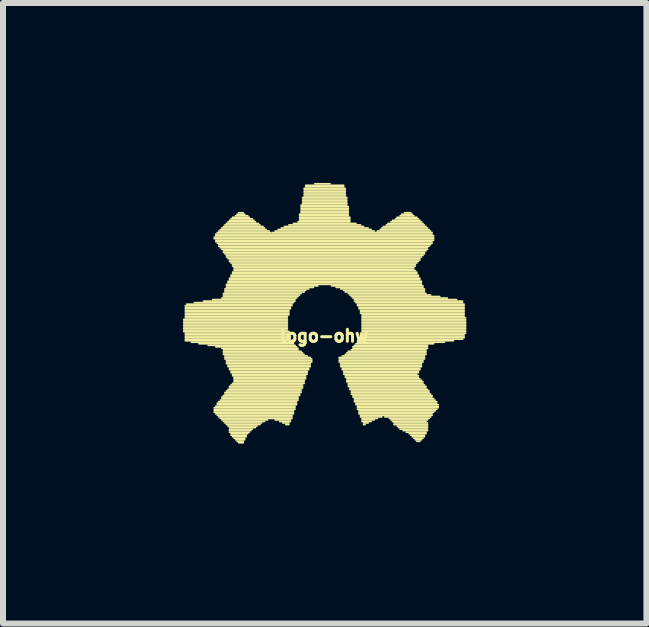
<source format=kicad_pcb>
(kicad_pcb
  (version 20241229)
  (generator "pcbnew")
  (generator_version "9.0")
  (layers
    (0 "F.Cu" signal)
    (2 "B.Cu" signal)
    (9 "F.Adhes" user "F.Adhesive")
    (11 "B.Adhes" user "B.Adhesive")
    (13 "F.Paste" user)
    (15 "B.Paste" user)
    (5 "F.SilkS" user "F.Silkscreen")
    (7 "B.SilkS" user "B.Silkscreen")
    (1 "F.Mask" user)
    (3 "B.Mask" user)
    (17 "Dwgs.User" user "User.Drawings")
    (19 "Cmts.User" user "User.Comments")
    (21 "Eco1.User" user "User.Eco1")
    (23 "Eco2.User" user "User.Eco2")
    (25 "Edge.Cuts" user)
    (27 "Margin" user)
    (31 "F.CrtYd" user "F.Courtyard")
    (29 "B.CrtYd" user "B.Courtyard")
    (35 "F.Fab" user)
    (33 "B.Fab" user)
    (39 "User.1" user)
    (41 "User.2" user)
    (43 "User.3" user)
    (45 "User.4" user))
  (footprint "logo-ohw"
    (layer "F.Cu")
    (at 2.351 2.28)
    (property "Reference" "logo-ohw" (at 0 0.27 0) (layer "F.SilkS") (effects (font (size 0.2 0.2) (thickness 0.05))))
    (attr through_hole)
    (fp_line (start -2.337 -0.005) (end -0.61 -0.005) (stroke (width 0.028) (type solid)) (layer "F.SilkS"))
    (fp_line (start -2.337 0.02) (end -0.61 0.02) (stroke (width 0.028) (type solid)) (layer "F.SilkS"))
    (fp_line (start -2.337 0.046) (end -0.61 0.046) (stroke (width 0.028) (type solid)) (layer "F.SilkS"))
    (fp_line (start -2.337 0.071) (end -0.61 0.071) (stroke (width 0.028) (type solid)) (layer "F.SilkS"))
    (fp_line (start -2.337 0.097) (end -0.61 0.097) (stroke (width 0.028) (type solid)) (layer "F.SilkS"))
    (fp_line (start -2.337 0.122) (end -0.61 0.122) (stroke (width 0.028) (type solid)) (layer "F.SilkS"))
    (fp_line (start -2.337 0.147) (end -0.61 0.147) (stroke (width 0.028) (type solid)) (layer "F.SilkS"))
    (fp_line (start -2.337 0.173) (end -0.61 0.173) (stroke (width 0.028) (type solid)) (layer "F.SilkS"))
    (fp_line (start -2.337 0.198) (end -0.584 0.198) (stroke (width 0.028) (type solid)) (layer "F.SilkS"))
    (fp_line (start -2.311 -0.234) (end -0.533 -0.234) (stroke (width 0.028) (type solid)) (layer "F.SilkS"))
    (fp_line (start -2.311 -0.208) (end -0.559 -0.208) (stroke (width 0.028) (type solid)) (layer "F.SilkS"))
    (fp_line (start -2.311 -0.183) (end -0.559 -0.183) (stroke (width 0.028) (type solid)) (layer "F.SilkS"))
    (fp_line (start -2.311 -0.157) (end -0.584 -0.157) (stroke (width 0.028) (type solid)) (layer "F.SilkS"))
    (fp_line (start -2.311 -0.132) (end -0.584 -0.132) (stroke (width 0.028) (type solid)) (layer "F.SilkS"))
    (fp_line (start -2.311 -0.107) (end -0.584 -0.107) (stroke (width 0.028) (type solid)) (layer "F.SilkS"))
    (fp_line (start -2.311 -0.081) (end -0.584 -0.081) (stroke (width 0.028) (type solid)) (layer "F.SilkS"))
    (fp_line (start -2.311 -0.056) (end -0.61 -0.056) (stroke (width 0.028) (type solid)) (layer "F.SilkS"))
    (fp_line (start -2.311 -0.03) (end -0.61 -0.03) (stroke (width 0.028) (type solid)) (layer "F.SilkS"))
    (fp_line (start -2.311 0.224) (end -0.584 0.224) (stroke (width 0.028) (type solid)) (layer "F.SilkS"))
    (fp_line (start -2.311 0.249) (end -0.584 0.249) (stroke (width 0.028) (type solid)) (layer "F.SilkS"))
    (fp_line (start -2.311 0.274) (end -0.559 0.274) (stroke (width 0.028) (type solid)) (layer "F.SilkS"))
    (fp_line (start -2.311 0.3) (end -0.559 0.3) (stroke (width 0.028) (type solid)) (layer "F.SilkS"))
    (fp_line (start -2.311 0.325) (end -0.559 0.325) (stroke (width 0.028) (type solid)) (layer "F.SilkS"))
    (fp_line (start -2.311 0.351) (end -0.533 0.351) (stroke (width 0.028) (type solid)) (layer "F.SilkS"))
    (fp_line (start -2.286 -0.259) (end -0.533 -0.259) (stroke (width 0.028) (type solid)) (layer "F.SilkS"))
    (fp_line (start -2.21 0.376) (end -0.508 0.376) (stroke (width 0.028) (type solid)) (layer "F.SilkS"))
    (fp_line (start -2.159 -0.284) (end -0.508 -0.284) (stroke (width 0.028) (type solid)) (layer "F.SilkS"))
    (fp_line (start -2.083 0.401) (end -0.508 0.401) (stroke (width 0.028) (type solid)) (layer "F.SilkS"))
    (fp_line (start -2.007 -0.31) (end -0.483 -0.31) (stroke (width 0.028) (type solid)) (layer "F.SilkS"))
    (fp_line (start -1.93 0.427) (end -0.483 0.427) (stroke (width 0.028) (type solid)) (layer "F.SilkS"))
    (fp_line (start -1.854 -0.335) (end -0.483 -0.335) (stroke (width 0.028) (type solid)) (layer "F.SilkS"))
    (fp_line (start -1.829 -1.377) (end 1.829 -1.377) (stroke (width 0.028) (type solid)) (layer "F.SilkS"))
    (fp_line (start -1.829 -1.351) (end 1.829 -1.351) (stroke (width 0.028) (type solid)) (layer "F.SilkS"))
    (fp_line (start -1.829 1.468) (end -0.483 1.468) (stroke (width 0.028) (type solid)) (layer "F.SilkS"))
    (fp_line (start -1.829 1.494) (end -0.483 1.494) (stroke (width 0.028) (type solid)) (layer "F.SilkS"))
    (fp_line (start -1.829 1.519) (end -0.508 1.519) (stroke (width 0.028) (type solid)) (layer "F.SilkS"))
    (fp_line (start -1.829 1.544) (end -0.508 1.544) (stroke (width 0.028) (type solid)) (layer "F.SilkS"))
    (fp_line (start -1.803 -1.427) (end 1.803 -1.427) (stroke (width 0.028) (type solid)) (layer "F.SilkS"))
    (fp_line (start -1.803 -1.402) (end 1.829 -1.402) (stroke (width 0.028) (type solid)) (layer "F.SilkS"))
    (fp_line (start -1.803 -1.326) (end 1.829 -1.326) (stroke (width 0.028) (type solid)) (layer "F.SilkS"))
    (fp_line (start -1.803 -1.3) (end 1.803 -1.3) (stroke (width 0.028) (type solid)) (layer "F.SilkS"))
    (fp_line (start -1.803 0.452) (end -0.457 0.452) (stroke (width 0.028) (type solid)) (layer "F.SilkS"))
    (fp_line (start -1.803 1.443) (end -0.483 1.443) (stroke (width 0.028) (type solid)) (layer "F.SilkS"))
    (fp_line (start -1.803 1.57) (end -0.508 1.57) (stroke (width 0.028) (type solid)) (layer "F.SilkS"))
    (fp_line (start -1.778 -1.453) (end -0.889 -1.453) (stroke (width 0.028) (type solid)) (layer "F.SilkS"))
    (fp_line (start -1.778 -1.275) (end 1.803 -1.275) (stroke (width 0.028) (type solid)) (layer "F.SilkS"))
    (fp_line (start -1.778 1.392) (end -0.457 1.392) (stroke (width 0.028) (type solid)) (layer "F.SilkS"))
    (fp_line (start -1.778 1.417) (end -0.457 1.417) (stroke (width 0.028) (type solid)) (layer "F.SilkS"))
    (fp_line (start -1.778 1.595) (end -0.533 1.595) (stroke (width 0.028) (type solid)) (layer "F.SilkS"))
    (fp_line (start -1.753 -1.478) (end -0.914 -1.478) (stroke (width 0.028) (type solid)) (layer "F.SilkS"))
    (fp_line (start -1.753 -1.25) (end 1.778 -1.25) (stroke (width 0.028) (type solid)) (layer "F.SilkS"))
    (fp_line (start -1.753 -1.224) (end 1.753 -1.224) (stroke (width 0.028) (type solid)) (layer "F.SilkS"))
    (fp_line (start -1.753 1.367) (end -0.457 1.367) (stroke (width 0.028) (type solid)) (layer "F.SilkS"))
    (fp_line (start -1.753 1.621) (end -0.533 1.621) (stroke (width 0.028) (type solid)) (layer "F.SilkS"))
    (fp_line (start -1.727 -1.504) (end -0.965 -1.504) (stroke (width 0.028) (type solid)) (layer "F.SilkS"))
    (fp_line (start -1.727 -1.199) (end 1.727 -1.199) (stroke (width 0.028) (type solid)) (layer "F.SilkS"))
    (fp_line (start -1.727 1.341) (end -0.432 1.341) (stroke (width 0.028) (type solid)) (layer "F.SilkS"))
    (fp_line (start -1.727 1.646) (end -0.533 1.646) (stroke (width 0.028) (type solid)) (layer "F.SilkS"))
    (fp_line (start -1.702 -1.529) (end -0.991 -1.529) (stroke (width 0.028) (type solid)) (layer "F.SilkS"))
    (fp_line (start -1.702 -1.173) (end 1.727 -1.173) (stroke (width 0.028) (type solid)) (layer "F.SilkS"))
    (fp_line (start -1.702 -0.361) (end -0.457 -0.361) (stroke (width 0.028) (type solid)) (layer "F.SilkS"))
    (fp_line (start -1.702 0.478) (end -0.432 0.478) (stroke (width 0.028) (type solid)) (layer "F.SilkS"))
    (fp_line (start -1.702 1.29) (end -0.432 1.29) (stroke (width 0.028) (type solid)) (layer "F.SilkS"))
    (fp_line (start -1.702 1.316) (end -0.432 1.316) (stroke (width 0.028) (type solid)) (layer "F.SilkS"))
    (fp_line (start -1.702 1.671) (end -0.94 1.671) (stroke (width 0.028) (type solid)) (layer "F.SilkS"))
    (fp_line (start -1.676 -1.554) (end -1.016 -1.554) (stroke (width 0.028) (type solid)) (layer "F.SilkS"))
    (fp_line (start -1.676 -1.148) (end 1.702 -1.148) (stroke (width 0.028) (type solid)) (layer "F.SilkS"))
    (fp_line (start -1.676 -1.123) (end 1.676 -1.123) (stroke (width 0.028) (type solid)) (layer "F.SilkS"))
    (fp_line (start -1.676 -0.437) (end -0.381 -0.437) (stroke (width 0.028) (type solid)) (layer "F.SilkS"))
    (fp_line (start -1.676 -0.411) (end -0.406 -0.411) (stroke (width 0.028) (type solid)) (layer "F.SilkS"))
    (fp_line (start -1.676 -0.386) (end -0.432 -0.386) (stroke (width 0.028) (type solid)) (layer "F.SilkS"))
    (fp_line (start -1.676 0.503) (end -0.432 0.503) (stroke (width 0.028) (type solid)) (layer "F.SilkS"))
    (fp_line (start -1.676 0.528) (end -0.381 0.528) (stroke (width 0.028) (type solid)) (layer "F.SilkS"))
    (fp_line (start -1.676 0.554) (end -0.356 0.554) (stroke (width 0.028) (type solid)) (layer "F.SilkS"))
    (fp_line (start -1.676 0.579) (end -0.33 0.579) (stroke (width 0.028) (type solid)) (layer "F.SilkS"))
    (fp_line (start -1.676 1.265) (end -0.406 1.265) (stroke (width 0.028) (type solid)) (layer "F.SilkS"))
    (fp_line (start -1.676 1.697) (end -0.991 1.697) (stroke (width 0.028) (type solid)) (layer "F.SilkS"))
    (fp_line (start -1.651 -1.58) (end -1.067 -1.58) (stroke (width 0.028) (type solid)) (layer "F.SilkS"))
    (fp_line (start -1.651 -1.097) (end 1.676 -1.097) (stroke (width 0.028) (type solid)) (layer "F.SilkS"))
    (fp_line (start -1.651 -0.513) (end -0.254 -0.513) (stroke (width 0.028) (type solid)) (layer "F.SilkS"))
    (fp_line (start -1.651 -0.488) (end -0.305 -0.488) (stroke (width 0.028) (type solid)) (layer "F.SilkS"))
    (fp_line (start -1.651 -0.462) (end -0.33 -0.462) (stroke (width 0.028) (type solid)) (layer "F.SilkS"))
    (fp_line (start -1.651 0.605) (end -0.279 0.605) (stroke (width 0.028) (type solid)) (layer "F.SilkS"))
    (fp_line (start -1.651 0.63) (end -0.229 0.63) (stroke (width 0.028) (type solid)) (layer "F.SilkS"))
    (fp_line (start -1.651 0.655) (end -0.203 0.655) (stroke (width 0.028) (type solid)) (layer "F.SilkS"))
    (fp_line (start -1.651 1.214) (end -0.381 1.214) (stroke (width 0.028) (type solid)) (layer "F.SilkS"))
    (fp_line (start -1.651 1.24) (end -0.406 1.24) (stroke (width 0.028) (type solid)) (layer "F.SilkS"))
    (fp_line (start -1.651 1.722) (end -1.041 1.722) (stroke (width 0.028) (type solid)) (layer "F.SilkS"))
    (fp_line (start -1.626 -1.605) (end -1.092 -1.605) (stroke (width 0.028) (type solid)) (layer "F.SilkS"))
    (fp_line (start -1.626 -1.072) (end 1.651 -1.072) (stroke (width 0.028) (type solid)) (layer "F.SilkS"))
    (fp_line (start -1.626 -1.046) (end 1.626 -1.046) (stroke (width 0.028) (type solid)) (layer "F.SilkS"))
    (fp_line (start -1.626 -0.589) (end 1.626 -0.589) (stroke (width 0.028) (type solid)) (layer "F.SilkS"))
    (fp_line (start -1.626 -0.564) (end -0.102 -0.564) (stroke (width 0.028) (type solid)) (layer "F.SilkS"))
    (fp_line (start -1.626 -0.538) (end -0.178 -0.538) (stroke (width 0.028) (type solid)) (layer "F.SilkS"))
    (fp_line (start -1.626 0.681) (end -0.203 0.681) (stroke (width 0.028) (type solid)) (layer "F.SilkS"))
    (fp_line (start -1.626 0.706) (end -0.203 0.706) (stroke (width 0.028) (type solid)) (layer "F.SilkS"))
    (fp_line (start -1.626 0.732) (end -0.229 0.732) (stroke (width 0.028) (type solid)) (layer "F.SilkS"))
    (fp_line (start -1.626 1.189) (end -0.381 1.189) (stroke (width 0.028) (type solid)) (layer "F.SilkS"))
    (fp_line (start -1.626 1.748) (end -1.067 1.748) (stroke (width 0.028) (type solid)) (layer "F.SilkS"))
    (fp_line (start -1.6 -1.631) (end -1.143 -1.631) (stroke (width 0.028) (type solid)) (layer "F.SilkS"))
    (fp_line (start -1.6 -1.021) (end 1.6 -1.021) (stroke (width 0.028) (type solid)) (layer "F.SilkS"))
    (fp_line (start -1.6 -0.64) (end 1.626 -0.64) (stroke (width 0.028) (type solid)) (layer "F.SilkS"))
    (fp_line (start -1.6 -0.615) (end 1.626 -0.615) (stroke (width 0.028) (type solid)) (layer "F.SilkS"))
    (fp_line (start -1.6 0.757) (end -0.229 0.757) (stroke (width 0.028) (type solid)) (layer "F.SilkS"))
    (fp_line (start -1.6 0.782) (end -0.229 0.782) (stroke (width 0.028) (type solid)) (layer "F.SilkS"))
    (fp_line (start -1.6 1.163) (end -0.381 1.163) (stroke (width 0.028) (type solid)) (layer "F.SilkS"))
    (fp_line (start -1.6 1.773) (end -1.118 1.773) (stroke (width 0.028) (type solid)) (layer "F.SilkS"))
    (fp_line (start -1.575 -1.656) (end -1.168 -1.656) (stroke (width 0.028) (type solid)) (layer "F.SilkS"))
    (fp_line (start -1.575 -0.996) (end 1.6 -0.996) (stroke (width 0.028) (type solid)) (layer "F.SilkS"))
    (fp_line (start -1.575 -0.97) (end 1.575 -0.97) (stroke (width 0.028) (type solid)) (layer "F.SilkS"))
    (fp_line (start -1.575 -0.691) (end 1.6 -0.691) (stroke (width 0.028) (type solid)) (layer "F.SilkS"))
    (fp_line (start -1.575 -0.665) (end 1.6 -0.665) (stroke (width 0.028) (type solid)) (layer "F.SilkS"))
    (fp_line (start -1.575 0.808) (end -0.254 0.808) (stroke (width 0.028) (type solid)) (layer "F.SilkS"))
    (fp_line (start -1.575 0.833) (end -0.254 0.833) (stroke (width 0.028) (type solid)) (layer "F.SilkS"))
    (fp_line (start -1.575 1.113) (end -0.356 1.113) (stroke (width 0.028) (type solid)) (layer "F.SilkS"))
    (fp_line (start -1.575 1.138) (end -0.356 1.138) (stroke (width 0.028) (type solid)) (layer "F.SilkS"))
    (fp_line (start -1.575 1.798) (end -1.143 1.798) (stroke (width 0.028) (type solid)) (layer "F.SilkS"))
    (fp_line (start -1.575 1.824) (end -1.194 1.824) (stroke (width 0.028) (type solid)) (layer "F.SilkS"))
    (fp_line (start -1.575 1.849) (end -1.219 1.849) (stroke (width 0.028) (type solid)) (layer "F.SilkS"))
    (fp_line (start -1.575 1.875) (end -1.245 1.875) (stroke (width 0.028) (type solid)) (layer "F.SilkS"))
    (fp_line (start -1.549 -1.681) (end -1.194 -1.681) (stroke (width 0.028) (type solid)) (layer "F.SilkS"))
    (fp_line (start -1.549 -0.945) (end 1.549 -0.945) (stroke (width 0.028) (type solid)) (layer "F.SilkS"))
    (fp_line (start -1.549 -0.742) (end 1.575 -0.742) (stroke (width 0.028) (type solid)) (layer "F.SilkS"))
    (fp_line (start -1.549 -0.716) (end 1.575 -0.716) (stroke (width 0.028) (type solid)) (layer "F.SilkS"))
    (fp_line (start -1.549 0.859) (end -0.279 0.859) (stroke (width 0.028) (type solid)) (layer "F.SilkS"))
    (fp_line (start -1.549 0.884) (end -0.279 0.884) (stroke (width 0.028) (type solid)) (layer "F.SilkS"))
    (fp_line (start -1.549 1.087) (end -0.356 1.087) (stroke (width 0.028) (type solid)) (layer "F.SilkS"))
    (fp_line (start -1.549 1.9) (end -1.27 1.9) (stroke (width 0.028) (type solid)) (layer "F.SilkS"))
    (fp_line (start -1.549 1.925) (end -1.295 1.925) (stroke (width 0.028) (type solid)) (layer "F.SilkS"))
    (fp_line (start -1.524 -1.707) (end -1.245 -1.707) (stroke (width 0.028) (type solid)) (layer "F.SilkS"))
    (fp_line (start -1.524 -0.919) (end 1.524 -0.919) (stroke (width 0.028) (type solid)) (layer "F.SilkS"))
    (fp_line (start -1.524 -0.894) (end 1.524 -0.894) (stroke (width 0.028) (type solid)) (layer "F.SilkS"))
    (fp_line (start -1.524 -0.792) (end 1.549 -0.792) (stroke (width 0.028) (type solid)) (layer "F.SilkS"))
    (fp_line (start -1.524 -0.767) (end 1.549 -0.767) (stroke (width 0.028) (type solid)) (layer "F.SilkS"))
    (fp_line (start -1.524 0.909) (end -0.279 0.909) (stroke (width 0.028) (type solid)) (layer "F.SilkS"))
    (fp_line (start -1.524 0.935) (end -0.305 0.935) (stroke (width 0.028) (type solid)) (layer "F.SilkS"))
    (fp_line (start -1.524 1.062) (end -0.33 1.062) (stroke (width 0.028) (type solid)) (layer "F.SilkS"))
    (fp_line (start -1.524 1.951) (end -1.295 1.951) (stroke (width 0.028) (type solid)) (layer "F.SilkS"))
    (fp_line (start -1.499 -0.869) (end 1.499 -0.869) (stroke (width 0.028) (type solid)) (layer "F.SilkS"))
    (fp_line (start -1.499 -0.843) (end 1.499 -0.843) (stroke (width 0.028) (type solid)) (layer "F.SilkS"))
    (fp_line (start -1.499 -0.818) (end 1.524 -0.818) (stroke (width 0.028) (type solid)) (layer "F.SilkS"))
    (fp_line (start -1.499 0.96) (end -0.305 0.96) (stroke (width 0.028) (type solid)) (layer "F.SilkS"))
    (fp_line (start -1.499 0.986) (end -0.305 0.986) (stroke (width 0.028) (type solid)) (layer "F.SilkS"))
    (fp_line (start -1.499 1.011) (end -0.33 1.011) (stroke (width 0.028) (type solid)) (layer "F.SilkS"))
    (fp_line (start -1.499 1.036) (end -0.33 1.036) (stroke (width 0.028) (type solid)) (layer "F.SilkS"))
    (fp_line (start -1.499 1.976) (end -1.321 1.976) (stroke (width 0.028) (type solid)) (layer "F.SilkS"))
    (fp_line (start -1.473 -1.732) (end -1.27 -1.732) (stroke (width 0.028) (type solid)) (layer "F.SilkS"))
    (fp_line (start -1.473 2.002) (end -1.321 2.002) (stroke (width 0.028) (type solid)) (layer "F.SilkS"))
    (fp_line (start -1.448 -1.758) (end -1.321 -1.758) (stroke (width 0.028) (type solid)) (layer "F.SilkS"))
    (fp_line (start -1.448 2.027) (end -1.346 2.027) (stroke (width 0.028) (type solid)) (layer "F.SilkS"))
    (fp_line (start -1.422 -1.783) (end -1.346 -1.783) (stroke (width 0.028) (type solid)) (layer "F.SilkS"))
    (fp_line (start -1.422 2.052) (end -1.346 2.052) (stroke (width 0.028) (type solid)) (layer "F.SilkS"))
    (fp_line (start -0.864 -1.453) (end 1.803 -1.453) (stroke (width 0.028) (type solid)) (layer "F.SilkS"))
    (fp_line (start -0.813 -1.478) (end 0.838 -1.478) (stroke (width 0.028) (type solid)) (layer "F.SilkS"))
    (fp_line (start -0.813 1.671) (end -0.559 1.671) (stroke (width 0.028) (type solid)) (layer "F.SilkS"))
    (fp_line (start -0.762 -1.504) (end 0.787 -1.504) (stroke (width 0.028) (type solid)) (layer "F.SilkS"))
    (fp_line (start -0.737 1.697) (end -0.559 1.697) (stroke (width 0.028) (type solid)) (layer "F.SilkS"))
    (fp_line (start -0.711 -1.529) (end 0.737 -1.529) (stroke (width 0.028) (type solid)) (layer "F.SilkS"))
    (fp_line (start -0.686 1.722) (end -0.584 1.722) (stroke (width 0.028) (type solid)) (layer "F.SilkS"))
    (fp_line (start -0.66 -1.554) (end 0.66 -1.554) (stroke (width 0.028) (type solid)) (layer "F.SilkS"))
    (fp_line (start -0.635 1.748) (end -0.584 1.748) (stroke (width 0.028) (type solid)) (layer "F.SilkS"))
    (fp_line (start -0.584 -1.58) (end 0.61 -1.58) (stroke (width 0.028) (type solid)) (layer "F.SilkS"))
    (fp_line (start -0.508 -1.605) (end 0.533 -1.605) (stroke (width 0.028) (type solid)) (layer "F.SilkS"))
    (fp_line (start -0.432 -1.631) (end 0.432 -1.631) (stroke (width 0.028) (type solid)) (layer "F.SilkS"))
    (fp_line (start -0.406 -1.758) (end 0.406 -1.758) (stroke (width 0.028) (type solid)) (layer "F.SilkS"))
    (fp_line (start -0.406 -1.732) (end 0.406 -1.732) (stroke (width 0.028) (type solid)) (layer "F.SilkS"))
    (fp_line (start -0.406 -1.707) (end 0.432 -1.707) (stroke (width 0.028) (type solid)) (layer "F.SilkS"))
    (fp_line (start -0.406 -1.681) (end 0.432 -1.681) (stroke (width 0.028) (type solid)) (layer "F.SilkS"))
    (fp_line (start -0.406 -1.656) (end 0.432 -1.656) (stroke (width 0.028) (type solid)) (layer "F.SilkS"))
    (fp_line (start -0.381 -1.91) (end 0.381 -1.91) (stroke (width 0.028) (type solid)) (layer "F.SilkS"))
    (fp_line (start -0.381 -1.885) (end 0.406 -1.885) (stroke (width 0.028) (type solid)) (layer "F.SilkS"))
    (fp_line (start -0.381 -1.859) (end 0.406 -1.859) (stroke (width 0.028) (type solid)) (layer "F.SilkS"))
    (fp_line (start -0.381 -1.834) (end 0.406 -1.834) (stroke (width 0.028) (type solid)) (layer "F.SilkS"))
    (fp_line (start -0.381 -1.808) (end 0.406 -1.808) (stroke (width 0.028) (type solid)) (layer "F.SilkS"))
    (fp_line (start -0.381 -1.783) (end 0.406 -1.783) (stroke (width 0.028) (type solid)) (layer "F.SilkS"))
    (fp_line (start -0.356 -2.037) (end 0.381 -2.037) (stroke (width 0.028) (type solid)) (layer "F.SilkS"))
    (fp_line (start -0.356 -2.012) (end 0.381 -2.012) (stroke (width 0.028) (type solid)) (layer "F.SilkS"))
    (fp_line (start -0.356 -1.986) (end 0.381 -1.986) (stroke (width 0.028) (type solid)) (layer "F.SilkS"))
    (fp_line (start -0.356 -1.961) (end 0.381 -1.961) (stroke (width 0.028) (type solid)) (layer "F.SilkS"))
    (fp_line (start -0.356 -1.935) (end 0.381 -1.935) (stroke (width 0.028) (type solid)) (layer "F.SilkS"))
    (fp_line (start -0.33 -2.189) (end 0.356 -2.189) (stroke (width 0.028) (type solid)) (layer "F.SilkS"))
    (fp_line (start -0.33 -2.164) (end 0.356 -2.164) (stroke (width 0.028) (type solid)) (layer "F.SilkS"))
    (fp_line (start -0.33 -2.139) (end 0.356 -2.139) (stroke (width 0.028) (type solid)) (layer "F.SilkS"))
    (fp_line (start -0.33 -2.113) (end 0.356 -2.113) (stroke (width 0.028) (type solid)) (layer "F.SilkS"))
    (fp_line (start -0.33 -2.088) (end 0.356 -2.088) (stroke (width 0.028) (type solid)) (layer "F.SilkS"))
    (fp_line (start -0.33 -2.062) (end 0.356 -2.062) (stroke (width 0.028) (type solid)) (layer "F.SilkS"))
    (fp_line (start -0.305 -2.24) (end 0.33 -2.24) (stroke (width 0.028) (type solid)) (layer "F.SilkS"))
    (fp_line (start -0.305 -2.215) (end 0.33 -2.215) (stroke (width 0.028) (type solid)) (layer "F.SilkS"))
    (fp_line (start -0.152 -2.266) (end 0.102 -2.266) (stroke (width 0.028) (type solid)) (layer "F.SilkS"))
    (fp_line (start 0.127 -0.564) (end 1.651 -0.564) (stroke (width 0.028) (type solid)) (layer "F.SilkS"))
    (fp_line (start 0.203 -0.538) (end 1.651 -0.538) (stroke (width 0.028) (type solid)) (layer "F.SilkS"))
    (fp_line (start 0.254 0.63) (end 1.676 0.63) (stroke (width 0.028) (type solid)) (layer "F.SilkS"))
    (fp_line (start 0.254 0.655) (end 1.676 0.655) (stroke (width 0.028) (type solid)) (layer "F.SilkS"))
    (fp_line (start 0.254 0.681) (end 1.651 0.681) (stroke (width 0.028) (type solid)) (layer "F.SilkS"))
    (fp_line (start 0.254 0.706) (end 1.651 0.706) (stroke (width 0.028) (type solid)) (layer "F.SilkS"))
    (fp_line (start 0.279 -0.513) (end 1.676 -0.513) (stroke (width 0.028) (type solid)) (layer "F.SilkS"))
    (fp_line (start 0.279 0.732) (end 1.626 0.732) (stroke (width 0.028) (type solid)) (layer "F.SilkS"))
    (fp_line (start 0.279 0.757) (end 1.626 0.757) (stroke (width 0.028) (type solid)) (layer "F.SilkS"))
    (fp_line (start 0.279 0.782) (end 1.626 0.782) (stroke (width 0.028) (type solid)) (layer "F.SilkS"))
    (fp_line (start 0.305 0.605) (end 1.676 0.605) (stroke (width 0.028) (type solid)) (layer "F.SilkS"))
    (fp_line (start 0.305 0.808) (end 1.6 0.808) (stroke (width 0.028) (type solid)) (layer "F.SilkS"))
    (fp_line (start 0.305 0.833) (end 1.6 0.833) (stroke (width 0.028) (type solid)) (layer "F.SilkS"))
    (fp_line (start 0.33 -0.488) (end 1.676 -0.488) (stroke (width 0.028) (type solid)) (layer "F.SilkS"))
    (fp_line (start 0.33 0.859) (end 1.575 0.859) (stroke (width 0.028) (type solid)) (layer "F.SilkS"))
    (fp_line (start 0.33 0.884) (end 1.575 0.884) (stroke (width 0.028) (type solid)) (layer "F.SilkS"))
    (fp_line (start 0.33 0.909) (end 1.549 0.909) (stroke (width 0.028) (type solid)) (layer "F.SilkS"))
    (fp_line (start 0.356 -0.462) (end 1.676 -0.462) (stroke (width 0.028) (type solid)) (layer "F.SilkS"))
    (fp_line (start 0.356 0.579) (end 1.702 0.579) (stroke (width 0.028) (type solid)) (layer "F.SilkS"))
    (fp_line (start 0.356 0.935) (end 1.575 0.935) (stroke (width 0.028) (type solid)) (layer "F.SilkS"))
    (fp_line (start 0.356 0.96) (end 1.575 0.96) (stroke (width 0.028) (type solid)) (layer "F.SilkS"))
    (fp_line (start 0.381 0.554) (end 1.702 0.554) (stroke (width 0.028) (type solid)) (layer "F.SilkS"))
    (fp_line (start 0.381 0.986) (end 1.6 0.986) (stroke (width 0.028) (type solid)) (layer "F.SilkS"))
    (fp_line (start 0.381 1.011) (end 1.626 1.011) (stroke (width 0.028) (type solid)) (layer "F.SilkS"))
    (fp_line (start 0.381 1.036) (end 1.651 1.036) (stroke (width 0.028) (type solid)) (layer "F.SilkS"))
    (fp_line (start 0.406 -0.437) (end 1.702 -0.437) (stroke (width 0.028) (type solid)) (layer "F.SilkS"))
    (fp_line (start 0.406 0.528) (end 1.702 0.528) (stroke (width 0.028) (type solid)) (layer "F.SilkS"))
    (fp_line (start 0.406 1.062) (end 1.651 1.062) (stroke (width 0.028) (type solid)) (layer "F.SilkS"))
    (fp_line (start 0.406 1.087) (end 1.676 1.087) (stroke (width 0.028) (type solid)) (layer "F.SilkS"))
    (fp_line (start 0.406 1.113) (end 1.702 1.113) (stroke (width 0.028) (type solid)) (layer "F.SilkS"))
    (fp_line (start 0.432 -0.411) (end 1.778 -0.411) (stroke (width 0.028) (type solid)) (layer "F.SilkS"))
    (fp_line (start 0.432 1.138) (end 1.702 1.138) (stroke (width 0.028) (type solid)) (layer "F.SilkS"))
    (fp_line (start 0.432 1.163) (end 1.727 1.163) (stroke (width 0.028) (type solid)) (layer "F.SilkS"))
    (fp_line (start 0.457 -0.386) (end 1.93 -0.386) (stroke (width 0.028) (type solid)) (layer "F.SilkS"))
    (fp_line (start 0.457 0.503) (end 1.702 0.503) (stroke (width 0.028) (type solid)) (layer "F.SilkS"))
    (fp_line (start 0.457 1.189) (end 1.753 1.189) (stroke (width 0.028) (type solid)) (layer "F.SilkS"))
    (fp_line (start 0.457 1.214) (end 1.753 1.214) (stroke (width 0.028) (type solid)) (layer "F.SilkS"))
    (fp_line (start 0.457 1.24) (end 1.778 1.24) (stroke (width 0.028) (type solid)) (layer "F.SilkS"))
    (fp_line (start 0.483 -0.361) (end 2.057 -0.361) (stroke (width 0.028) (type solid)) (layer "F.SilkS"))
    (fp_line (start 0.483 0.452) (end 1.727 0.452) (stroke (width 0.028) (type solid)) (layer "F.SilkS"))
    (fp_line (start 0.483 0.478) (end 1.727 0.478) (stroke (width 0.028) (type solid)) (layer "F.SilkS"))
    (fp_line (start 0.483 1.265) (end 1.803 1.265) (stroke (width 0.028) (type solid)) (layer "F.SilkS"))
    (fp_line (start 0.483 1.29) (end 1.803 1.29) (stroke (width 0.028) (type solid)) (layer "F.SilkS"))
    (fp_line (start 0.508 -0.335) (end 2.21 -0.335) (stroke (width 0.028) (type solid)) (layer "F.SilkS"))
    (fp_line (start 0.508 -0.31) (end 2.311 -0.31) (stroke (width 0.028) (type solid)) (layer "F.SilkS"))
    (fp_line (start 0.508 0.427) (end 1.727 0.427) (stroke (width 0.028) (type solid)) (layer "F.SilkS"))
    (fp_line (start 0.508 1.316) (end 1.829 1.316) (stroke (width 0.028) (type solid)) (layer "F.SilkS"))
    (fp_line (start 0.508 1.341) (end 1.854 1.341) (stroke (width 0.028) (type solid)) (layer "F.SilkS"))
    (fp_line (start 0.508 1.367) (end 1.88 1.367) (stroke (width 0.028) (type solid)) (layer "F.SilkS"))
    (fp_line (start 0.533 -0.284) (end 2.311 -0.284) (stroke (width 0.028) (type solid)) (layer "F.SilkS"))
    (fp_line (start 0.533 0.401) (end 1.829 0.401) (stroke (width 0.028) (type solid)) (layer "F.SilkS"))
    (fp_line (start 0.533 1.392) (end 1.88 1.392) (stroke (width 0.028) (type solid)) (layer "F.SilkS"))
    (fp_line (start 0.533 1.417) (end 1.905 1.417) (stroke (width 0.028) (type solid)) (layer "F.SilkS"))
    (fp_line (start 0.559 -0.259) (end 2.337 -0.259) (stroke (width 0.028) (type solid)) (layer "F.SilkS"))
    (fp_line (start 0.559 -0.234) (end 2.337 -0.234) (stroke (width 0.028) (type solid)) (layer "F.SilkS"))
    (fp_line (start 0.559 0.351) (end 2.159 0.351) (stroke (width 0.028) (type solid)) (layer "F.SilkS"))
    (fp_line (start 0.559 0.376) (end 2.007 0.376) (stroke (width 0.028) (type solid)) (layer "F.SilkS"))
    (fp_line (start 0.559 1.443) (end 1.905 1.443) (stroke (width 0.028) (type solid)) (layer "F.SilkS"))
    (fp_line (start 0.559 1.468) (end 1.905 1.468) (stroke (width 0.028) (type solid)) (layer "F.SilkS"))
    (fp_line (start 0.559 1.494) (end 1.88 1.494) (stroke (width 0.028) (type solid)) (layer "F.SilkS"))
    (fp_line (start 0.584 -0.208) (end 2.337 -0.208) (stroke (width 0.028) (type solid)) (layer "F.SilkS"))
    (fp_line (start 0.584 -0.183) (end 2.337 -0.183) (stroke (width 0.028) (type solid)) (layer "F.SilkS"))
    (fp_line (start 0.584 0.3) (end 2.337 0.3) (stroke (width 0.028) (type solid)) (layer "F.SilkS"))
    (fp_line (start 0.584 0.325) (end 2.311 0.325) (stroke (width 0.028) (type solid)) (layer "F.SilkS"))
    (fp_line (start 0.584 1.519) (end 1.854 1.519) (stroke (width 0.028) (type solid)) (layer "F.SilkS"))
    (fp_line (start 0.584 1.544) (end 1.829 1.544) (stroke (width 0.028) (type solid)) (layer "F.SilkS"))
    (fp_line (start 0.584 1.57) (end 1.803 1.57) (stroke (width 0.028) (type solid)) (layer "F.SilkS"))
    (fp_line (start 0.61 -0.157) (end 2.337 -0.157) (stroke (width 0.028) (type solid)) (layer "F.SilkS"))
    (fp_line (start 0.61 -0.132) (end 2.337 -0.132) (stroke (width 0.028) (type solid)) (layer "F.SilkS"))
    (fp_line (start 0.61 -0.107) (end 2.337 -0.107) (stroke (width 0.028) (type solid)) (layer "F.SilkS"))
    (fp_line (start 0.61 0.224) (end 2.362 0.224) (stroke (width 0.028) (type solid)) (layer "F.SilkS"))
    (fp_line (start 0.61 0.249) (end 2.337 0.249) (stroke (width 0.028) (type solid)) (layer "F.SilkS"))
    (fp_line (start 0.61 0.274) (end 2.337 0.274) (stroke (width 0.028) (type solid)) (layer "F.SilkS"))
    (fp_line (start 0.61 1.595) (end 1.803 1.595) (stroke (width 0.028) (type solid)) (layer "F.SilkS"))
    (fp_line (start 0.61 1.621) (end 0.965 1.621) (stroke (width 0.028) (type solid)) (layer "F.SilkS"))
    (fp_line (start 0.635 -0.081) (end 2.337 -0.081) (stroke (width 0.028) (type solid)) (layer "F.SilkS"))
    (fp_line (start 0.635 -0.056) (end 2.337 -0.056) (stroke (width 0.028) (type solid)) (layer "F.SilkS"))
    (fp_line (start 0.635 -0.03) (end 2.362 -0.03) (stroke (width 0.028) (type solid)) (layer "F.SilkS"))
    (fp_line (start 0.635 -0.005) (end 2.362 -0.005) (stroke (width 0.028) (type solid)) (layer "F.SilkS"))
    (fp_line (start 0.635 0.02) (end 2.362 0.02) (stroke (width 0.028) (type solid)) (layer "F.SilkS"))
    (fp_line (start 0.635 0.046) (end 2.362 0.046) (stroke (width 0.028) (type solid)) (layer "F.SilkS"))
    (fp_line (start 0.635 0.071) (end 2.362 0.071) (stroke (width 0.028) (type solid)) (layer "F.SilkS"))
    (fp_line (start 0.635 0.097) (end 2.362 0.097) (stroke (width 0.028) (type solid)) (layer "F.SilkS"))
    (fp_line (start 0.635 0.122) (end 2.362 0.122) (stroke (width 0.028) (type solid)) (layer "F.SilkS"))
    (fp_line (start 0.635 0.147) (end 2.362 0.147) (stroke (width 0.028) (type solid)) (layer "F.SilkS"))
    (fp_line (start 0.635 0.173) (end 2.362 0.173) (stroke (width 0.028) (type solid)) (layer "F.SilkS"))
    (fp_line (start 0.635 0.198) (end 2.362 0.198) (stroke (width 0.028) (type solid)) (layer "F.SilkS"))
    (fp_line (start 0.635 1.646) (end 0.889 1.646) (stroke (width 0.028) (type solid)) (layer "F.SilkS"))
    (fp_line (start 0.635 1.671) (end 0.838 1.671) (stroke (width 0.028) (type solid)) (layer "F.SilkS"))
    (fp_line (start 0.635 1.697) (end 0.787 1.697) (stroke (width 0.028) (type solid)) (layer "F.SilkS"))
    (fp_line (start 0.66 1.722) (end 0.737 1.722) (stroke (width 0.028) (type solid)) (layer "F.SilkS"))
    (fp_line (start 0.66 1.748) (end 0.686 1.748) (stroke (width 0.028) (type solid)) (layer "F.SilkS"))
    (fp_line (start 0.889 -1.478) (end 1.778 -1.478) (stroke (width 0.028) (type solid)) (layer "F.SilkS"))
    (fp_line (start 0.94 -1.504) (end 1.753 -1.504) (stroke (width 0.028) (type solid)) (layer "F.SilkS"))
    (fp_line (start 0.965 -1.529) (end 1.727 -1.529) (stroke (width 0.028) (type solid)) (layer "F.SilkS"))
    (fp_line (start 0.991 -1.554) (end 1.702 -1.554) (stroke (width 0.028) (type solid)) (layer "F.SilkS"))
    (fp_line (start 1.016 1.621) (end 1.778 1.621) (stroke (width 0.028) (type solid)) (layer "F.SilkS"))
    (fp_line (start 1.041 -1.58) (end 1.676 -1.58) (stroke (width 0.028) (type solid)) (layer "F.SilkS"))
    (fp_line (start 1.067 -1.605) (end 1.651 -1.605) (stroke (width 0.028) (type solid)) (layer "F.SilkS"))
    (fp_line (start 1.092 1.646) (end 1.753 1.646) (stroke (width 0.028) (type solid)) (layer "F.SilkS"))
    (fp_line (start 1.118 -1.631) (end 1.626 -1.631) (stroke (width 0.028) (type solid)) (layer "F.SilkS"))
    (fp_line (start 1.118 1.671) (end 1.727 1.671) (stroke (width 0.028) (type solid)) (layer "F.SilkS"))
    (fp_line (start 1.143 -1.656) (end 1.6 -1.656) (stroke (width 0.028) (type solid)) (layer "F.SilkS"))
    (fp_line (start 1.143 1.697) (end 1.702 1.697) (stroke (width 0.028) (type solid)) (layer "F.SilkS"))
    (fp_line (start 1.168 1.722) (end 1.727 1.722) (stroke (width 0.028) (type solid)) (layer "F.SilkS"))
    (fp_line (start 1.168 1.748) (end 1.727 1.748) (stroke (width 0.028) (type solid)) (layer "F.SilkS"))
    (fp_line (start 1.194 -1.681) (end 1.575 -1.681) (stroke (width 0.028) (type solid)) (layer "F.SilkS"))
    (fp_line (start 1.219 -1.707) (end 1.549 -1.707) (stroke (width 0.028) (type solid)) (layer "F.SilkS"))
    (fp_line (start 1.219 1.773) (end 1.727 1.773) (stroke (width 0.028) (type solid)) (layer "F.SilkS"))
    (fp_line (start 1.245 1.798) (end 1.727 1.798) (stroke (width 0.028) (type solid)) (layer "F.SilkS"))
    (fp_line (start 1.27 -1.732) (end 1.499 -1.732) (stroke (width 0.028) (type solid)) (layer "F.SilkS"))
    (fp_line (start 1.27 1.824) (end 1.727 1.824) (stroke (width 0.028) (type solid)) (layer "F.SilkS"))
    (fp_line (start 1.295 -1.758) (end 1.473 -1.758) (stroke (width 0.028) (type solid)) (layer "F.SilkS"))
    (fp_line (start 1.321 1.849) (end 1.727 1.849) (stroke (width 0.028) (type solid)) (layer "F.SilkS"))
    (fp_line (start 1.346 -1.783) (end 1.448 -1.783) (stroke (width 0.028) (type solid)) (layer "F.SilkS"))
    (fp_line (start 1.372 1.875) (end 1.702 1.875) (stroke (width 0.028) (type solid)) (layer "F.SilkS"))
    (fp_line (start 1.422 1.9) (end 1.702 1.9) (stroke (width 0.028) (type solid)) (layer "F.SilkS"))
    (fp_line (start 1.448 1.925) (end 1.676 1.925) (stroke (width 0.028) (type solid)) (layer "F.SilkS"))
    (fp_line (start 1.473 1.951) (end 1.676 1.951) (stroke (width 0.028) (type solid)) (layer "F.SilkS"))
    (fp_line (start 1.499 1.976) (end 1.651 1.976) (stroke (width 0.028) (type solid)) (layer "F.SilkS"))
    (fp_line (start 1.524 2.002) (end 1.626 2.002) (stroke (width 0.028) (type solid)) (layer "F.SilkS"))
    (fp_line (start 1.549 2.027) (end 1.6 2.027) (stroke (width 0.028) (type solid)) (layer "F.SilkS")))
  (gr_rect
    (start -3 -3)
    (end 7.727 7.346)
    (stroke (width 0.1) (type default))
    (fill no)
    (layer "Edge.Cuts")))
</source>
